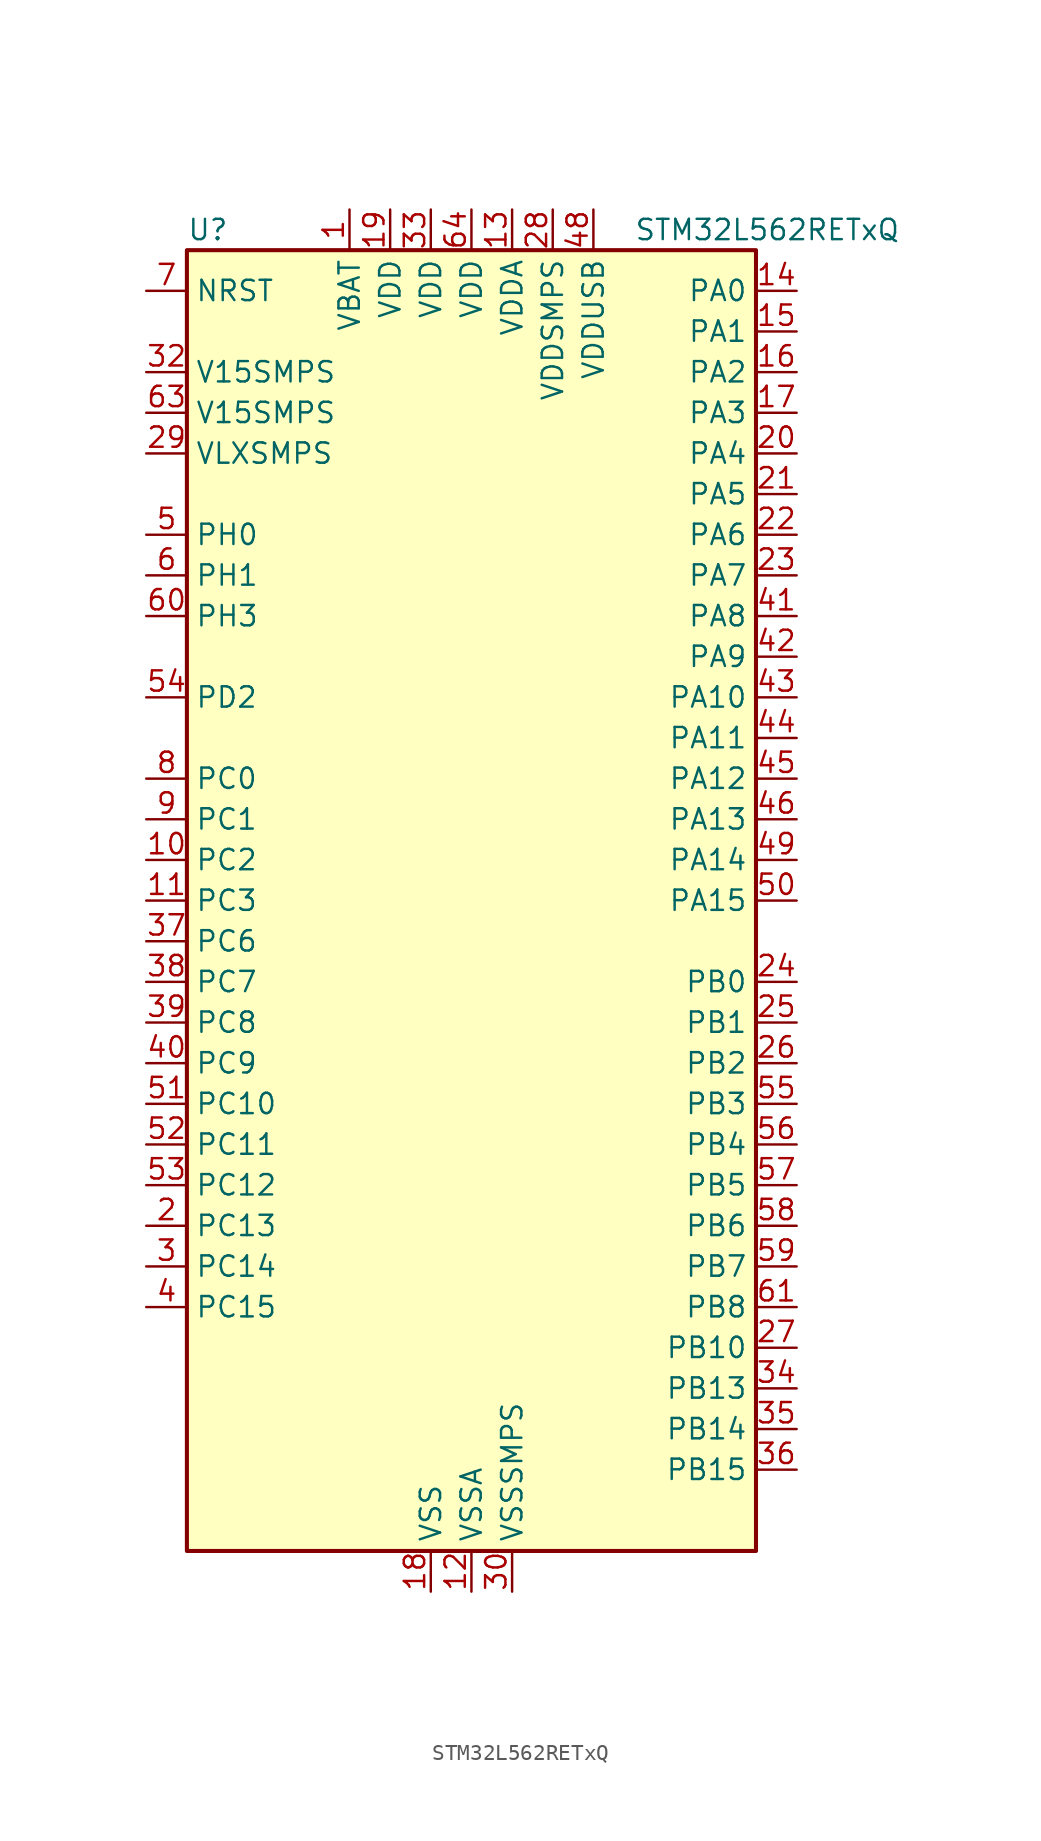
<source format=kicad_sym>
(kicad_symbol_lib
  (version 20220914)
  (generator kicad_symbol_editor)
  (symbol "STM32L562RETxQ"
    (property "Reference" "U"
      (at -17.78 41.91 0)
      (effects (font (size 1.27 1.27)) (justify left)))
    (property "Value" "STM32L562RETxQ"
      (at 10.16 41.91 0)
      (effects (font (size 1.27 1.27)) (justify left)))
    (property "ki_locked" ""
      (at 0 0 0)
      (effects (font (size 1.27 1.27))))
    (symbol "STM32L562RETxQ_0_1"
      (rectangle (start -17.78 -40.64) (end 17.78 40.64) (stroke (width 0.254) (type default)) (fill (type background))))
    (symbol "STM32L562RETxQ_1_1"
      (pin power_in line (at -7.62 43.18 270) (length 2.54) (name "VBAT" (effects (font (size 1.27 1.27)))) (number "1" (effects (font (size 1.27 1.27)))))
      (pin bidirectional line (at -20.32 2.54 0) (length 2.54) (name "PC2" (effects (font (size 1.27 1.27)))) (number "10" (effects (font (size 1.27 1.27)))) (alternate "ADC1_IN3" bidirectional line) (alternate "ADC2_IN3" bidirectional line) (alternate "DFSDM1_CKOUT" bidirectional line) (alternate "LPTIM1_IN2" bidirectional line) (alternate "OCTOSPI1_IO5" bidirectional line) (alternate "SPI2_MISO" bidirectional line))
      (pin bidirectional line (at -20.32 0 0) (length 2.54) (name "PC3" (effects (font (size 1.27 1.27)))) (number "11" (effects (font (size 1.27 1.27)))) (alternate "ADC1_IN4" bidirectional line) (alternate "ADC2_IN4" bidirectional line) (alternate "LPTIM1_ETR" bidirectional line) (alternate "LPTIM2_ETR" bidirectional line) (alternate "LPTIM3_OUT" bidirectional line) (alternate "OCTOSPI1_IO6" bidirectional line) (alternate "SAI1_D1" bidirectional line) (alternate "SAI1_SD_A" bidirectional line) (alternate "SPI2_MOSI" bidirectional line))
      (pin power_in line (at 0 -43.18 90) (length 2.54) (name "VSSA" (effects (font (size 1.27 1.27)))) (number "12" (effects (font (size 1.27 1.27)))))
      (pin power_in line (at 2.54 43.18 270) (length 2.54) (name "VDDA" (effects (font (size 1.27 1.27)))) (number "13" (effects (font (size 1.27 1.27)))))
      (pin bidirectional line (at 20.32 38.1 180) (length 2.54) (name "PA0" (effects (font (size 1.27 1.27)))) (number "14" (effects (font (size 1.27 1.27)))) (alternate "ADC1_IN5" bidirectional line) (alternate "ADC2_IN5" bidirectional line) (alternate "OPAMP1_VINP" bidirectional line) (alternate "PWR_WKUP1" bidirectional line) (alternate "SAI1_EXTCLK" bidirectional line) (alternate "TAMP_IN2" bidirectional line) (alternate "TAMP_OUT1" bidirectional line) (alternate "TIM2_CH1" bidirectional line) (alternate "TIM2_ETR" bidirectional line) (alternate "TIM5_CH1" bidirectional line) (alternate "TIM8_ETR" bidirectional line) (alternate "UART4_TX" bidirectional line) (alternate "USART2_CTS" bidirectional line) (alternate "USART2_NSS" bidirectional line))
      (pin bidirectional line (at 20.32 35.56 180) (length 2.54) (name "PA1" (effects (font (size 1.27 1.27)))) (number "15" (effects (font (size 1.27 1.27)))) (alternate "ADC1_IN6" bidirectional line) (alternate "ADC2_IN6" bidirectional line) (alternate "I2C1_SMBA" bidirectional line) (alternate "OCTOSPI1_DQS" bidirectional line) (alternate "OPAMP1_VINM" bidirectional line) (alternate "SPI1_SCK" bidirectional line) (alternate "TAMP_IN5" bidirectional line) (alternate "TAMP_OUT4" bidirectional line) (alternate "TIM15_CH1N" bidirectional line) (alternate "TIM2_CH2" bidirectional line) (alternate "TIM5_CH2" bidirectional line) (alternate "UART4_RX" bidirectional line) (alternate "USART2_DE" bidirectional line) (alternate "USART2_RTS" bidirectional line))
      (pin bidirectional line (at 20.32 33.02 180) (length 2.54) (name "PA2" (effects (font (size 1.27 1.27)))) (number "16" (effects (font (size 1.27 1.27)))) (alternate "ADC1_IN7" bidirectional line) (alternate "ADC2_IN7" bidirectional line) (alternate "COMP1_INP" bidirectional line) (alternate "LPUART1_TX" bidirectional line) (alternate "OCTOSPI1_NCS" bidirectional line) (alternate "PWR_WKUP4" bidirectional line) (alternate "RCC_LSCO" bidirectional line) (alternate "SAI2_EXTCLK" bidirectional line) (alternate "TIM15_CH1" bidirectional line) (alternate "TIM2_CH3" bidirectional line) (alternate "TIM5_CH3" bidirectional line) (alternate "UCPD1_FRSTX1" bidirectional line) (alternate "USART2_TX" bidirectional line))
      (pin bidirectional line (at 20.32 30.48 180) (length 2.54) (name "PA3" (effects (font (size 1.27 1.27)))) (number "17" (effects (font (size 1.27 1.27)))) (alternate "ADC1_IN8" bidirectional line) (alternate "ADC2_IN8" bidirectional line) (alternate "LPUART1_RX" bidirectional line) (alternate "OCTOSPI1_CLK" bidirectional line) (alternate "OPAMP1_VOUT" bidirectional line) (alternate "SAI1_CK1" bidirectional line) (alternate "SAI1_MCLK_A" bidirectional line) (alternate "TIM15_CH2" bidirectional line) (alternate "TIM2_CH4" bidirectional line) (alternate "TIM5_CH4" bidirectional line) (alternate "USART2_RX" bidirectional line))
      (pin power_in line (at -2.54 -43.18 90) (length 2.54) (name "VSS" (effects (font (size 1.27 1.27)))) (number "18" (effects (font (size 1.27 1.27)))))
      (pin power_in line (at -5.08 43.18 270) (length 2.54) (name "VDD" (effects (font (size 1.27 1.27)))) (number "19" (effects (font (size 1.27 1.27)))))
      (pin bidirectional line (at -20.32 -20.32 0) (length 2.54) (name "PC13" (effects (font (size 1.27 1.27)))) (number "2" (effects (font (size 1.27 1.27)))) (alternate "PWR_WKUP2" bidirectional line) (alternate "RTC_OUT1" bidirectional line) (alternate "RTC_TS" bidirectional line) (alternate "TAMP_IN1" bidirectional line) (alternate "TAMP_OUT2" bidirectional line))
      (pin bidirectional line (at 20.32 27.94 180) (length 2.54) (name "PA4" (effects (font (size 1.27 1.27)))) (number "20" (effects (font (size 1.27 1.27)))) (alternate "ADC1_IN9" bidirectional line) (alternate "ADC2_IN9" bidirectional line) (alternate "DAC1_OUT1" bidirectional line) (alternate "LPTIM2_OUT" bidirectional line) (alternate "OCTOSPI1_NCS" bidirectional line) (alternate "SAI1_FS_B" bidirectional line) (alternate "SPI1_NSS" bidirectional line) (alternate "SPI3_NSS" bidirectional line) (alternate "USART2_CK" bidirectional line))
      (pin bidirectional line (at 20.32 25.4 180) (length 2.54) (name "PA5" (effects (font (size 1.27 1.27)))) (number "21" (effects (font (size 1.27 1.27)))) (alternate "ADC1_IN10" bidirectional line) (alternate "ADC2_IN10" bidirectional line) (alternate "DAC1_OUT2" bidirectional line) (alternate "LPTIM2_ETR" bidirectional line) (alternate "SPI1_SCK" bidirectional line) (alternate "TIM2_CH1" bidirectional line) (alternate "TIM2_ETR" bidirectional line) (alternate "TIM8_CH1N" bidirectional line))
      (pin bidirectional line (at 20.32 22.86 180) (length 2.54) (name "PA6" (effects (font (size 1.27 1.27)))) (number "22" (effects (font (size 1.27 1.27)))) (alternate "ADC1_IN11" bidirectional line) (alternate "ADC2_IN11" bidirectional line) (alternate "LPUART1_CTS" bidirectional line) (alternate "OCTOSPI1_IO3" bidirectional line) (alternate "OPAMP2_VINP" bidirectional line) (alternate "SPI1_MISO" bidirectional line) (alternate "TIM16_CH1" bidirectional line) (alternate "TIM1_BKIN" bidirectional line) (alternate "TIM3_CH1" bidirectional line) (alternate "TIM8_BKIN" bidirectional line) (alternate "USART3_CTS" bidirectional line) (alternate "USART3_NSS" bidirectional line))
      (pin bidirectional line (at 20.32 20.32 180) (length 2.54) (name "PA7" (effects (font (size 1.27 1.27)))) (number "23" (effects (font (size 1.27 1.27)))) (alternate "ADC1_IN12" bidirectional line) (alternate "ADC2_IN12" bidirectional line) (alternate "I2C3_SCL" bidirectional line) (alternate "OCTOSPI1_IO2" bidirectional line) (alternate "OPAMP2_VINM" bidirectional line) (alternate "SPI1_MOSI" bidirectional line) (alternate "TIM17_CH1" bidirectional line) (alternate "TIM1_CH1N" bidirectional line) (alternate "TIM3_CH2" bidirectional line) (alternate "TIM8_CH1N" bidirectional line))
      (pin bidirectional line (at 20.32 -5.08 180) (length 2.54) (name "PB0" (effects (font (size 1.27 1.27)))) (number "24" (effects (font (size 1.27 1.27)))) (alternate "ADC1_IN15" bidirectional line) (alternate "ADC2_IN15" bidirectional line) (alternate "COMP1_OUT" bidirectional line) (alternate "OCTOSPI1_IO1" bidirectional line) (alternate "OPAMP2_VOUT" bidirectional line) (alternate "SAI1_EXTCLK" bidirectional line) (alternate "SPI1_NSS" bidirectional line) (alternate "TIM1_CH2N" bidirectional line) (alternate "TIM3_CH3" bidirectional line) (alternate "TIM8_CH2N" bidirectional line) (alternate "USART3_CK" bidirectional line))
      (pin bidirectional line (at 20.32 -7.62 180) (length 2.54) (name "PB1" (effects (font (size 1.27 1.27)))) (number "25" (effects (font (size 1.27 1.27)))) (alternate "ADC1_IN16" bidirectional line) (alternate "ADC2_IN16" bidirectional line) (alternate "COMP1_INM" bidirectional line) (alternate "DFSDM1_DATIN0" bidirectional line) (alternate "LPTIM2_IN1" bidirectional line) (alternate "LPUART1_DE" bidirectional line) (alternate "LPUART1_RTS" bidirectional line) (alternate "OCTOSPI1_IO0" bidirectional line) (alternate "TIM1_CH3N" bidirectional line) (alternate "TIM3_CH4" bidirectional line) (alternate "TIM8_CH3N" bidirectional line) (alternate "USART3_DE" bidirectional line) (alternate "USART3_RTS" bidirectional line))
      (pin bidirectional line (at 20.32 -10.16 180) (length 2.54) (name "PB2" (effects (font (size 1.27 1.27)))) (number "26" (effects (font (size 1.27 1.27)))) (alternate "COMP1_INP" bidirectional line) (alternate "DFSDM1_CKIN0" bidirectional line) (alternate "I2C3_SMBA" bidirectional line) (alternate "LPTIM1_OUT" bidirectional line) (alternate "OCTOSPI1_DQS" bidirectional line) (alternate "RTC_OUT2" bidirectional line) (alternate "UCPD1_FRSTX1" bidirectional line))
      (pin bidirectional line (at 20.32 -27.94 180) (length 2.54) (name "PB10" (effects (font (size 1.27 1.27)))) (number "27" (effects (font (size 1.27 1.27)))) (alternate "COMP1_OUT" bidirectional line) (alternate "I2C2_SCL" bidirectional line) (alternate "I2C4_SCL" bidirectional line) (alternate "LPTIM3_OUT" bidirectional line) (alternate "LPUART1_RX" bidirectional line) (alternate "OCTOSPI1_CLK" bidirectional line) (alternate "SAI1_SCK_A" bidirectional line) (alternate "SPI2_SCK" bidirectional line) (alternate "TIM2_CH3" bidirectional line) (alternate "TSC_SYNC" bidirectional line) (alternate "USART3_TX" bidirectional line))
      (pin power_in line (at 5.08 43.18 270) (length 2.54) (name "VDDSMPS" (effects (font (size 1.27 1.27)))) (number "28" (effects (font (size 1.27 1.27)))))
      (pin power_in line (at -20.32 27.94 0) (length 2.54) (name "VLXSMPS" (effects (font (size 1.27 1.27)))) (number "29" (effects (font (size 1.27 1.27)))))
      (pin bidirectional line (at -20.32 -22.86 0) (length 2.54) (name "PC14" (effects (font (size 1.27 1.27)))) (number "3" (effects (font (size 1.27 1.27)))) (alternate "RCC_OSC32_IN" bidirectional line))
      (pin power_in line (at 2.54 -43.18 90) (length 2.54) (name "VSSSMPS" (effects (font (size 1.27 1.27)))) (number "30" (effects (font (size 1.27 1.27)))))
      (pin passive line (at -2.54 -43.18 90) (length 2.54) hide (name "VSS" (effects (font (size 1.27 1.27)))) (number "31" (effects (font (size 1.27 1.27)))))
      (pin power_in line (at -20.32 33.02 0) (length 2.54) (name "V15SMPS" (effects (font (size 1.27 1.27)))) (number "32" (effects (font (size 1.27 1.27)))))
      (pin power_in line (at -2.54 43.18 270) (length 2.54) (name "VDD" (effects (font (size 1.27 1.27)))) (number "33" (effects (font (size 1.27 1.27)))))
      (pin bidirectional line (at 20.32 -30.48 180) (length 2.54) (name "PB13" (effects (font (size 1.27 1.27)))) (number "34" (effects (font (size 1.27 1.27)))) (alternate "DFSDM1_CKIN1" bidirectional line) (alternate "I2C2_SCL" bidirectional line) (alternate "LPTIM3_IN1" bidirectional line) (alternate "LPUART1_CTS" bidirectional line) (alternate "SAI2_SCK_A" bidirectional line) (alternate "SPI2_SCK" bidirectional line) (alternate "TIM15_CH1N" bidirectional line) (alternate "TIM1_CH1N" bidirectional line) (alternate "TSC_G1_IO2" bidirectional line) (alternate "UCPD1_FRSTX2" bidirectional line) (alternate "USART3_CTS" bidirectional line) (alternate "USART3_NSS" bidirectional line))
      (pin bidirectional line (at 20.32 -33.02 180) (length 2.54) (name "PB14" (effects (font (size 1.27 1.27)))) (number "35" (effects (font (size 1.27 1.27)))) (alternate "DFSDM1_DATIN2" bidirectional line) (alternate "I2C2_SDA" bidirectional line) (alternate "LPTIM3_ETR" bidirectional line) (alternate "SAI2_MCLK_A" bidirectional line) (alternate "SPI2_MISO" bidirectional line) (alternate "TIM15_CH1" bidirectional line) (alternate "TIM1_CH2N" bidirectional line) (alternate "TIM8_CH2N" bidirectional line) (alternate "TSC_G1_IO3" bidirectional line) (alternate "UCPD1_DBCC2" bidirectional line) (alternate "USART3_DE" bidirectional line) (alternate "USART3_RTS" bidirectional line))
      (pin bidirectional line (at 20.32 -35.56 180) (length 2.54) (name "PB15" (effects (font (size 1.27 1.27)))) (number "36" (effects (font (size 1.27 1.27)))) (alternate "ADC1_EXTI15" bidirectional line) (alternate "ADC2_EXTI15" bidirectional line) (alternate "DFSDM1_CKIN2" bidirectional line) (alternate "RTC_REFIN" bidirectional line) (alternate "SAI2_SD_A" bidirectional line) (alternate "SPI2_MOSI" bidirectional line) (alternate "TIM15_CH2" bidirectional line) (alternate "TIM1_CH3N" bidirectional line) (alternate "TIM8_CH3N" bidirectional line) (alternate "UCPD1_CC2" bidirectional line))
      (pin bidirectional line (at -20.32 -2.54 0) (length 2.54) (name "PC6" (effects (font (size 1.27 1.27)))) (number "37" (effects (font (size 1.27 1.27)))) (alternate "DFSDM1_CKIN3" bidirectional line) (alternate "SAI2_MCLK_A" bidirectional line) (alternate "SDMMC1_D0DIR" bidirectional line) (alternate "SDMMC1_D6" bidirectional line) (alternate "TIM3_CH1" bidirectional line) (alternate "TIM8_CH1" bidirectional line) (alternate "TSC_G4_IO1" bidirectional line))
      (pin bidirectional line (at -20.32 -5.08 0) (length 2.54) (name "PC7" (effects (font (size 1.27 1.27)))) (number "38" (effects (font (size 1.27 1.27)))) (alternate "DFSDM1_DATIN3" bidirectional line) (alternate "SAI2_MCLK_B" bidirectional line) (alternate "SDMMC1_D123DIR" bidirectional line) (alternate "SDMMC1_D7" bidirectional line) (alternate "TIM3_CH2" bidirectional line) (alternate "TIM8_CH2" bidirectional line) (alternate "TSC_G4_IO2" bidirectional line))
      (pin bidirectional line (at -20.32 -7.62 0) (length 2.54) (name "PC8" (effects (font (size 1.27 1.27)))) (number "39" (effects (font (size 1.27 1.27)))) (alternate "SDMMC1_D0" bidirectional line) (alternate "TIM3_CH3" bidirectional line) (alternate "TIM8_CH3" bidirectional line) (alternate "TSC_G4_IO3" bidirectional line))
      (pin bidirectional line (at -20.32 -25.4 0) (length 2.54) (name "PC15" (effects (font (size 1.27 1.27)))) (number "4" (effects (font (size 1.27 1.27)))) (alternate "ADC1_EXTI15" bidirectional line) (alternate "ADC2_EXTI15" bidirectional line) (alternate "RCC_OSC32_OUT" bidirectional line))
      (pin bidirectional line (at -20.32 -10.16 0) (length 2.54) (name "PC9" (effects (font (size 1.27 1.27)))) (number "40" (effects (font (size 1.27 1.27)))) (alternate "DAC1_EXTI9" bidirectional line) (alternate "DEBUG_TRACED0" bidirectional line) (alternate "SAI2_EXTCLK" bidirectional line) (alternate "SDMMC1_D1" bidirectional line) (alternate "TIM3_CH4" bidirectional line) (alternate "TIM8_BKIN2" bidirectional line) (alternate "TIM8_CH4" bidirectional line) (alternate "TSC_G4_IO4" bidirectional line) (alternate "USB_NOE" bidirectional line))
      (pin bidirectional line (at 20.32 17.78 180) (length 2.54) (name "PA8" (effects (font (size 1.27 1.27)))) (number "41" (effects (font (size 1.27 1.27)))) (alternate "LPTIM2_OUT" bidirectional line) (alternate "RCC_MCO" bidirectional line) (alternate "SAI1_CK2" bidirectional line) (alternate "SAI1_SCK_A" bidirectional line) (alternate "TIM1_CH1" bidirectional line) (alternate "USART1_CK" bidirectional line))
      (pin bidirectional line (at 20.32 15.24 180) (length 2.54) (name "PA9" (effects (font (size 1.27 1.27)))) (number "42" (effects (font (size 1.27 1.27)))) (alternate "DAC1_EXTI9" bidirectional line) (alternate "SAI1_FS_A" bidirectional line) (alternate "SPI2_SCK" bidirectional line) (alternate "TIM15_BKIN" bidirectional line) (alternate "TIM1_CH2" bidirectional line) (alternate "USART1_TX" bidirectional line))
      (pin bidirectional line (at 20.32 12.7 180) (length 2.54) (name "PA10" (effects (font (size 1.27 1.27)))) (number "43" (effects (font (size 1.27 1.27)))) (alternate "CRS_SYNC" bidirectional line) (alternate "SAI1_D1" bidirectional line) (alternate "SAI1_SD_A" bidirectional line) (alternate "TIM17_BKIN" bidirectional line) (alternate "TIM1_CH3" bidirectional line) (alternate "USART1_RX" bidirectional line))
      (pin bidirectional line (at 20.32 10.16 180) (length 2.54) (name "PA11" (effects (font (size 1.27 1.27)))) (number "44" (effects (font (size 1.27 1.27)))) (alternate "ADC1_EXTI11" bidirectional line) (alternate "ADC2_EXTI11" bidirectional line) (alternate "FDCAN1_RX" bidirectional line) (alternate "SPI1_MISO" bidirectional line) (alternate "TIM1_BKIN2" bidirectional line) (alternate "TIM1_CH4" bidirectional line) (alternate "USART1_CTS" bidirectional line) (alternate "USART1_NSS" bidirectional line) (alternate "USB_DM" bidirectional line))
      (pin bidirectional line (at 20.32 7.62 180) (length 2.54) (name "PA12" (effects (font (size 1.27 1.27)))) (number "45" (effects (font (size 1.27 1.27)))) (alternate "FDCAN1_TX" bidirectional line) (alternate "SPI1_MOSI" bidirectional line) (alternate "TIM1_ETR" bidirectional line) (alternate "USART1_DE" bidirectional line) (alternate "USART1_RTS" bidirectional line) (alternate "USB_DP" bidirectional line))
      (pin bidirectional line (at 20.32 5.08 180) (length 2.54) (name "PA13" (effects (font (size 1.27 1.27)))) (number "46" (effects (font (size 1.27 1.27)))) (alternate "DEBUG_JTMS-SWDIO" bidirectional line) (alternate "IR_OUT" bidirectional line) (alternate "SAI1_SD_B" bidirectional line) (alternate "USB_NOE" bidirectional line))
      (pin passive line (at -2.54 -43.18 90) (length 2.54) hide (name "VSS" (effects (font (size 1.27 1.27)))) (number "47" (effects (font (size 1.27 1.27)))))
      (pin power_in line (at 7.62 43.18 270) (length 2.54) (name "VDDUSB" (effects (font (size 1.27 1.27)))) (number "48" (effects (font (size 1.27 1.27)))))
      (pin bidirectional line (at 20.32 2.54 180) (length 2.54) (name "PA14" (effects (font (size 1.27 1.27)))) (number "49" (effects (font (size 1.27 1.27)))) (alternate "DEBUG_JTCK-SWCLK" bidirectional line) (alternate "I2C1_SMBA" bidirectional line) (alternate "I2C4_SMBA" bidirectional line) (alternate "LPTIM1_OUT" bidirectional line) (alternate "SAI1_FS_B" bidirectional line))
      (pin bidirectional line (at -20.32 22.86 0) (length 2.54) (name "PH0" (effects (font (size 1.27 1.27)))) (number "5" (effects (font (size 1.27 1.27)))) (alternate "RCC_OSC_IN" bidirectional line))
      (pin bidirectional line (at 20.32 0 180) (length 2.54) (name "PA15" (effects (font (size 1.27 1.27)))) (number "50" (effects (font (size 1.27 1.27)))) (alternate "ADC1_EXTI15" bidirectional line) (alternate "ADC2_EXTI15" bidirectional line) (alternate "DEBUG_JTDI" bidirectional line) (alternate "SAI2_FS_B" bidirectional line) (alternate "SPI1_NSS" bidirectional line) (alternate "SPI3_NSS" bidirectional line) (alternate "TIM2_CH1" bidirectional line) (alternate "TIM2_ETR" bidirectional line) (alternate "UART4_DE" bidirectional line) (alternate "UART4_RTS" bidirectional line) (alternate "UCPD1_CC1" bidirectional line) (alternate "USART2_RX" bidirectional line) (alternate "USART3_DE" bidirectional line) (alternate "USART3_RTS" bidirectional line))
      (pin bidirectional line (at -20.32 -12.7 0) (length 2.54) (name "PC10" (effects (font (size 1.27 1.27)))) (number "51" (effects (font (size 1.27 1.27)))) (alternate "DEBUG_TRACED1" bidirectional line) (alternate "LPTIM3_ETR" bidirectional line) (alternate "SAI2_SCK_B" bidirectional line) (alternate "SDMMC1_D2" bidirectional line) (alternate "SPI3_SCK" bidirectional line) (alternate "TSC_G3_IO2" bidirectional line) (alternate "UART4_TX" bidirectional line) (alternate "USART3_TX" bidirectional line))
      (pin bidirectional line (at -20.32 -15.24 0) (length 2.54) (name "PC11" (effects (font (size 1.27 1.27)))) (number "52" (effects (font (size 1.27 1.27)))) (alternate "ADC1_EXTI11" bidirectional line) (alternate "ADC2_EXTI11" bidirectional line) (alternate "LPTIM3_IN1" bidirectional line) (alternate "OCTOSPI1_NCS" bidirectional line) (alternate "SAI2_MCLK_B" bidirectional line) (alternate "SDMMC1_D3" bidirectional line) (alternate "SPI3_MISO" bidirectional line) (alternate "TSC_G3_IO3" bidirectional line) (alternate "UART4_RX" bidirectional line) (alternate "UCPD1_FRSTX2" bidirectional line) (alternate "USART3_RX" bidirectional line))
      (pin bidirectional line (at -20.32 -17.78 0) (length 2.54) (name "PC12" (effects (font (size 1.27 1.27)))) (number "53" (effects (font (size 1.27 1.27)))) (alternate "DEBUG_TRACED3" bidirectional line) (alternate "SAI2_SD_B" bidirectional line) (alternate "SDMMC1_CK" bidirectional line) (alternate "SPI3_MOSI" bidirectional line) (alternate "TSC_G3_IO4" bidirectional line) (alternate "UART5_TX" bidirectional line) (alternate "USART3_CK" bidirectional line))
      (pin bidirectional line (at -20.32 12.7 0) (length 2.54) (name "PD2" (effects (font (size 1.27 1.27)))) (number "54" (effects (font (size 1.27 1.27)))) (alternate "DEBUG_TRACED2" bidirectional line) (alternate "SDMMC1_CMD" bidirectional line) (alternate "TIM3_ETR" bidirectional line) (alternate "TSC_SYNC" bidirectional line) (alternate "UART5_RX" bidirectional line) (alternate "USART3_DE" bidirectional line) (alternate "USART3_RTS" bidirectional line))
      (pin bidirectional line (at 20.32 -12.7 180) (length 2.54) (name "PB3" (effects (font (size 1.27 1.27)))) (number "55" (effects (font (size 1.27 1.27)))) (alternate "COMP2_INM" bidirectional line) (alternate "CRS_SYNC" bidirectional line) (alternate "DEBUG_JTDO-SWO" bidirectional line) (alternate "SAI1_SCK_B" bidirectional line) (alternate "SPI1_SCK" bidirectional line) (alternate "SPI3_SCK" bidirectional line) (alternate "TIM2_CH2" bidirectional line) (alternate "USART1_DE" bidirectional line) (alternate "USART1_RTS" bidirectional line))
      (pin bidirectional line (at 20.32 -15.24 180) (length 2.54) (name "PB4" (effects (font (size 1.27 1.27)))) (number "56" (effects (font (size 1.27 1.27)))) (alternate "COMP2_INP" bidirectional line) (alternate "DEBUG_JTRST" bidirectional line) (alternate "I2C3_SDA" bidirectional line) (alternate "SAI1_MCLK_B" bidirectional line) (alternate "SPI1_MISO" bidirectional line) (alternate "SPI3_MISO" bidirectional line) (alternate "TIM17_BKIN" bidirectional line) (alternate "TIM3_CH1" bidirectional line) (alternate "TSC_G2_IO1" bidirectional line) (alternate "UART5_DE" bidirectional line) (alternate "UART5_RTS" bidirectional line) (alternate "USART1_CTS" bidirectional line) (alternate "USART1_NSS" bidirectional line))
      (pin bidirectional line (at 20.32 -17.78 180) (length 2.54) (name "PB5" (effects (font (size 1.27 1.27)))) (number "57" (effects (font (size 1.27 1.27)))) (alternate "COMP2_OUT" bidirectional line) (alternate "I2C1_SMBA" bidirectional line) (alternate "LPTIM1_IN1" bidirectional line) (alternate "OCTOSPI1_NCLK" bidirectional line) (alternate "SAI1_SD_B" bidirectional line) (alternate "SPI1_MOSI" bidirectional line) (alternate "SPI3_MOSI" bidirectional line) (alternate "TIM16_BKIN" bidirectional line) (alternate "TIM3_CH2" bidirectional line) (alternate "TSC_G2_IO2" bidirectional line) (alternate "UART5_CTS" bidirectional line) (alternate "UCPD1_DBCC1" bidirectional line) (alternate "USART1_CK" bidirectional line))
      (pin bidirectional line (at 20.32 -20.32 180) (length 2.54) (name "PB6" (effects (font (size 1.27 1.27)))) (number "58" (effects (font (size 1.27 1.27)))) (alternate "COMP2_INP" bidirectional line) (alternate "I2C1_SCL" bidirectional line) (alternate "I2C4_SCL" bidirectional line) (alternate "LPTIM1_ETR" bidirectional line) (alternate "SAI1_FS_B" bidirectional line) (alternate "TIM16_CH1N" bidirectional line) (alternate "TIM4_CH1" bidirectional line) (alternate "TIM8_BKIN2" bidirectional line) (alternate "TSC_G2_IO3" bidirectional line) (alternate "USART1_TX" bidirectional line))
      (pin bidirectional line (at 20.32 -22.86 180) (length 2.54) (name "PB7" (effects (font (size 1.27 1.27)))) (number "59" (effects (font (size 1.27 1.27)))) (alternate "COMP2_INM" bidirectional line) (alternate "I2C1_SDA" bidirectional line) (alternate "I2C4_SDA" bidirectional line) (alternate "LPTIM1_IN2" bidirectional line) (alternate "PWR_PVD_IN" bidirectional line) (alternate "TIM17_CH1N" bidirectional line) (alternate "TIM4_CH2" bidirectional line) (alternate "TIM8_BKIN" bidirectional line) (alternate "TSC_G2_IO4" bidirectional line) (alternate "UART4_CTS" bidirectional line) (alternate "USART1_RX" bidirectional line))
      (pin bidirectional line (at -20.32 20.32 0) (length 2.54) (name "PH1" (effects (font (size 1.27 1.27)))) (number "6" (effects (font (size 1.27 1.27)))) (alternate "RCC_OSC_OUT" bidirectional line))
      (pin bidirectional line (at -20.32 17.78 0) (length 2.54) (name "PH3" (effects (font (size 1.27 1.27)))) (number "60" (effects (font (size 1.27 1.27)))))
      (pin bidirectional line (at 20.32 -25.4 180) (length 2.54) (name "PB8" (effects (font (size 1.27 1.27)))) (number "61" (effects (font (size 1.27 1.27)))) (alternate "DFSDM1_CKOUT" bidirectional line) (alternate "FDCAN1_RX" bidirectional line) (alternate "I2C1_SCL" bidirectional line) (alternate "SAI1_CK1" bidirectional line) (alternate "SAI1_MCLK_A" bidirectional line) (alternate "SDMMC1_CKIN" bidirectional line) (alternate "SDMMC1_D4" bidirectional line) (alternate "TIM16_CH1" bidirectional line) (alternate "TIM4_CH3" bidirectional line))
      (pin passive line (at -2.54 -43.18 90) (length 2.54) hide (name "VSS" (effects (font (size 1.27 1.27)))) (number "62" (effects (font (size 1.27 1.27)))))
      (pin power_in line (at -20.32 30.48 0) (length 2.54) (name "V15SMPS" (effects (font (size 1.27 1.27)))) (number "63" (effects (font (size 1.27 1.27)))))
      (pin power_in line (at 0 43.18 270) (length 2.54) (name "VDD" (effects (font (size 1.27 1.27)))) (number "64" (effects (font (size 1.27 1.27)))))
      (pin input line (at -20.32 38.1 0) (length 2.54) (name "NRST" (effects (font (size 1.27 1.27)))) (number "7" (effects (font (size 1.27 1.27)))))
      (pin bidirectional line (at -20.32 7.62 0) (length 2.54) (name "PC0" (effects (font (size 1.27 1.27)))) (number "8" (effects (font (size 1.27 1.27)))) (alternate "ADC1_IN1" bidirectional line) (alternate "ADC2_IN1" bidirectional line) (alternate "I2C3_SCL" bidirectional line) (alternate "LPTIM1_IN1" bidirectional line) (alternate "LPTIM2_IN1" bidirectional line) (alternate "LPUART1_RX" bidirectional line) (alternate "OCTOSPI1_IO7" bidirectional line) (alternate "SAI2_FS_A" bidirectional line) (alternate "SDMMC1_D5" bidirectional line))
      (pin bidirectional line (at -20.32 5.08 0) (length 2.54) (name "PC1" (effects (font (size 1.27 1.27)))) (number "9" (effects (font (size 1.27 1.27)))) (alternate "ADC1_IN2" bidirectional line) (alternate "ADC2_IN2" bidirectional line) (alternate "DEBUG_TRACED0" bidirectional line) (alternate "I2C3_SDA" bidirectional line) (alternate "LPTIM1_OUT" bidirectional line) (alternate "LPUART1_TX" bidirectional line) (alternate "OCTOSPI1_IO4" bidirectional line) (alternate "SAI1_SD_A" bidirectional line) (alternate "SPI2_MOSI" bidirectional line)))))
</source>
